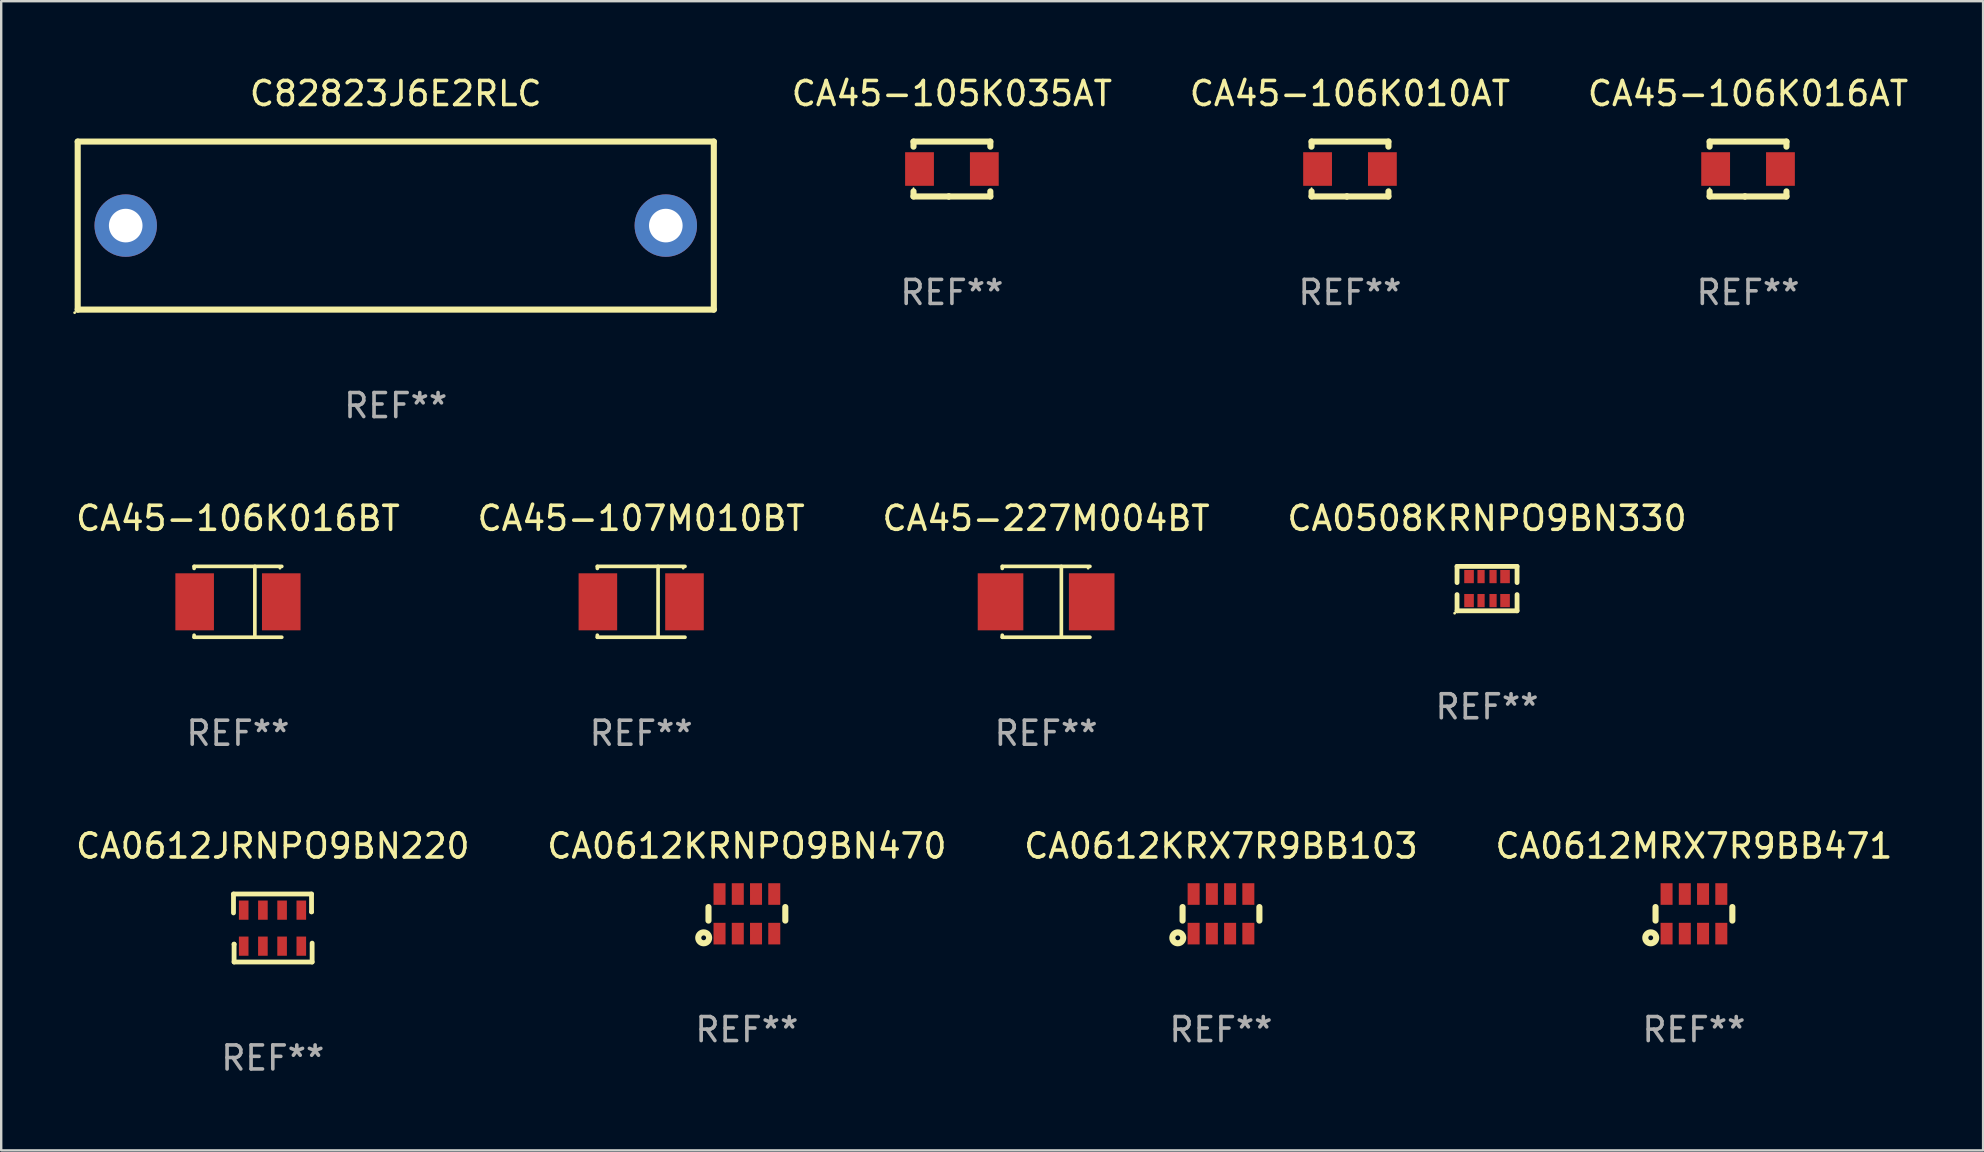
<source format=kicad_pcb>
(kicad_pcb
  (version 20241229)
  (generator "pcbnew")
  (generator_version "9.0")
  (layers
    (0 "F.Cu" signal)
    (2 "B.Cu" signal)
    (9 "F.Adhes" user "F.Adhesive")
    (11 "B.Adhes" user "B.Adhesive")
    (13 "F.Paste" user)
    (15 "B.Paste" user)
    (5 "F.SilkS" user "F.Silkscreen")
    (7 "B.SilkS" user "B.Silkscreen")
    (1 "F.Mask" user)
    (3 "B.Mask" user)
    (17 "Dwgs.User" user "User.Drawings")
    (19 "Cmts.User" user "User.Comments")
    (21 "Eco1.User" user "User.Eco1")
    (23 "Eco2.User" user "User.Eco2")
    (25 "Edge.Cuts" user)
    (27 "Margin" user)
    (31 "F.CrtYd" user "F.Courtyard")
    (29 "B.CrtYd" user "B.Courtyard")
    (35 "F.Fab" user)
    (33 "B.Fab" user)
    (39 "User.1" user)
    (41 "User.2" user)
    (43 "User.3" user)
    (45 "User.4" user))
  (footprint "CA0612KRNPO9BN470"
    (layer "F.Cu")
    (at 28.065 35.019)
    (property "Reference" "CA0612KRNPO9BN470" (at 0 -2.825 0) (layer "F.SilkS") (effects (font (size 1 1) (thickness 0.15))))
    (attr through_hole)
    (fp_line (start -1.6 -0.282) (end -1.6 0.282) (stroke (width 0.254) (type solid)) (layer "F.SilkS"))
    (fp_line (start 1.6 -0.282) (end 1.6 0.282) (stroke (width 0.254) (type solid)) (layer "F.SilkS"))
    (fp_circle (center -1.8 1) (end -1.7 1) (stroke (width 0.254) (type solid)) (fill no) (layer "F.SilkS"))
    (fp_circle (center -1.6 0.8) (end -1.57 0.8) (stroke (width 0.06) (type solid)) (fill no) (layer "F.SilkS"))
    (fp_text user "REF**" (at 0 4.825 0) (layer "F.Fab") (effects (font (size 1 1) (thickness 0.15))))
    (pad "1" smd rect (at -1.14 0.825 90) (size 0.9 0.5) (layers "F.Cu" "F.Mask" "F.Paste"))
    (pad "2" smd rect (at -0.38 0.825 90) (size 0.9 0.5) (layers "F.Cu" "F.Mask" "F.Paste"))
    (pad "3" smd rect (at 0.38 0.825 90) (size 0.9 0.5) (layers "F.Cu" "F.Mask" "F.Paste"))
    (pad "4" smd rect (at 1.14 0.825 90) (size 0.9 0.5) (layers "F.Cu" "F.Mask" "F.Paste"))
    (pad "5" smd rect (at 1.14 -0.825 90) (size 0.9 0.5) (layers "F.Cu" "F.Mask" "F.Paste"))
    (pad "6" smd rect (at 0.38 -0.825 90) (size 0.9 0.5) (layers "F.Cu" "F.Mask" "F.Paste"))
    (pad "7" smd rect (at -0.38 -0.825 90) (size 0.9 0.5) (layers "F.Cu" "F.Mask" "F.Paste"))
    (pad "8" smd rect (at -1.14 -0.825 90) (size 0.9 0.5) (layers "F.Cu" "F.Mask" "F.Paste")))
  (footprint "CA45-105K035AT"
    (layer "F.Cu")
    (at 36.606 3.991)
    (property "Reference" "CA45-105K035AT" (at 0 -3.143 0) (layer "F.SilkS") (effects (font (size 1 1) (thickness 0.15))))
    (attr through_hole)
    (fp_line (start -1.6 1.143) (end -0.128 1.143) (stroke (width 0.254) (type solid)) (layer "F.SilkS"))
    (fp_line (start -1.6 -1.143) (end -1.6 -0.931) (stroke (width 0.254) (type solid)) (layer "F.SilkS"))
    (fp_line (start -1.6 -1.143) (end 1.6 -1.143) (stroke (width 0.254) (type solid)) (layer "F.SilkS"))
    (fp_line (start -1.6 0.931) (end -1.6 1.143) (stroke (width 0.254) (type solid)) (layer "F.SilkS"))
    (fp_line (start -0.128 1.143) (end -0.128 1.143) (stroke (width 0.254) (type solid)) (layer "F.SilkS"))
    (fp_line (start -0.128 1.143) (end 1.6 1.143) (stroke (width 0.254) (type solid)) (layer "F.SilkS"))
    (fp_line (start 1.6 -1.143) (end 1.6 -0.931) (stroke (width 0.254) (type solid)) (layer "F.SilkS"))
    (fp_line (start 1.6 0.931) (end 1.6 1.143) (stroke (width 0.254) (type solid)) (layer "F.SilkS"))
    (fp_circle (center -1.6 0.8) (end -1.58 0.8) (stroke (width 0.04) (type solid)) (fill no) (layer "F.SilkS"))
    (fp_text user "REF**" (at 0 5.143 0) (layer "F.Fab") (effects (font (size 1 1) (thickness 0.15))))
    (pad "1" smd rect (at -1.35 0) (size 1.2 1.4) (layers "F.Cu" "F.Mask" "F.Paste"))
    (pad "2" smd rect (at 1.35 0) (size 1.2 1.4) (layers "F.Cu" "F.Mask" "F.Paste")))
  (footprint "C82823J6E2RLC"
    (layer "F.Cu")
    (at 13.437 6.348)
    (property "Reference" "C82823J6E2RLC" (at 0 -5.5 0) (layer "F.SilkS") (effects (font (size 1 1) (thickness 0.15))))
    (attr through_hole)
    (fp_line (start -13.25 -3.5) (end 13.25 -3.5) (stroke (width 0.254) (type solid)) (layer "F.SilkS"))
    (fp_line (start -13.25 3.5) (end -13.25 -3.5) (stroke (width 0.254) (type solid)) (layer "F.SilkS"))
    (fp_line (start 13.25 -3.5) (end 13.25 3.5) (stroke (width 0.254) (type solid)) (layer "F.SilkS"))
    (fp_line (start 13.25 3.5) (end -13.25 3.5) (stroke (width 0.254) (type solid)) (layer "F.SilkS"))
    (fp_circle (center -13.377 3.627) (end -13.347 3.627) (stroke (width 0.06) (type solid)) (fill no) (layer "F.SilkS"))
    (fp_text user "REF**" (at 0 7.5 0) (layer "F.Fab") (effects (font (size 1 1) (thickness 0.15))))
    (pad "1" thru_hole circle (at -11.25 0) (size 2.6 2.6) (drill 1.4) (layers "*.Cu" "*.Mask"))
    (pad "2" thru_hole circle (at 11.25 0) (size 2.6 2.6) (drill 1.4) (layers "*.Cu" "*.Mask")))
  (footprint "CA45-106K010AT"
    (layer "F.Cu")
    (at 53.189 3.991)
    (property "Reference" "CA45-106K010AT" (at 0 -3.143 0) (layer "F.SilkS") (effects (font (size 1 1) (thickness 0.15))))
    (attr through_hole)
    (fp_line (start -1.6 1.143) (end -0.128 1.143) (stroke (width 0.254) (type solid)) (layer "F.SilkS"))
    (fp_line (start -1.6 -1.143) (end -1.6 -0.931) (stroke (width 0.254) (type solid)) (layer "F.SilkS"))
    (fp_line (start -1.6 -1.143) (end 1.6 -1.143) (stroke (width 0.254) (type solid)) (layer "F.SilkS"))
    (fp_line (start -1.6 0.931) (end -1.6 1.143) (stroke (width 0.254) (type solid)) (layer "F.SilkS"))
    (fp_line (start -0.128 1.143) (end -0.128 1.143) (stroke (width 0.254) (type solid)) (layer "F.SilkS"))
    (fp_line (start -0.128 1.143) (end 1.6 1.143) (stroke (width 0.254) (type solid)) (layer "F.SilkS"))
    (fp_line (start 1.6 -1.143) (end 1.6 -0.931) (stroke (width 0.254) (type solid)) (layer "F.SilkS"))
    (fp_line (start 1.6 0.931) (end 1.6 1.143) (stroke (width 0.254) (type solid)) (layer "F.SilkS"))
    (fp_circle (center -1.6 0.8) (end -1.58 0.8) (stroke (width 0.04) (type solid)) (fill no) (layer "F.SilkS"))
    (fp_text user "REF**" (at 0 5.143 0) (layer "F.Fab") (effects (font (size 1 1) (thickness 0.15))))
    (pad "1" smd rect (at -1.35 0) (size 1.2 1.4) (layers "F.Cu" "F.Mask" "F.Paste"))
    (pad "2" smd rect (at 1.35 0) (size 1.2 1.4) (layers "F.Cu" "F.Mask" "F.Paste")))
  (footprint "CA0612KRX7R9BB103"
    (layer "F.Cu")
    (at 47.815 35.019)
    (property "Reference" "CA0612KRX7R9BB103" (at 0 -2.825 0) (layer "F.SilkS") (effects (font (size 1 1) (thickness 0.15))))
    (attr through_hole)
    (fp_line (start -1.6 -0.282) (end -1.6 0.282) (stroke (width 0.254) (type solid)) (layer "F.SilkS"))
    (fp_line (start 1.6 -0.282) (end 1.6 0.282) (stroke (width 0.254) (type solid)) (layer "F.SilkS"))
    (fp_circle (center -1.8 1) (end -1.7 1) (stroke (width 0.254) (type solid)) (fill no) (layer "F.SilkS"))
    (fp_circle (center -1.6 0.8) (end -1.57 0.8) (stroke (width 0.06) (type solid)) (fill no) (layer "F.SilkS"))
    (fp_text user "REF**" (at 0 4.825 0) (layer "F.Fab") (effects (font (size 1 1) (thickness 0.15))))
    (pad "1" smd rect (at -1.14 0.825 90) (size 0.9 0.5) (layers "F.Cu" "F.Mask" "F.Paste"))
    (pad "2" smd rect (at -0.38 0.825 90) (size 0.9 0.5) (layers "F.Cu" "F.Mask" "F.Paste"))
    (pad "3" smd rect (at 0.38 0.825 90) (size 0.9 0.5) (layers "F.Cu" "F.Mask" "F.Paste"))
    (pad "4" smd rect (at 1.14 0.825 90) (size 0.9 0.5) (layers "F.Cu" "F.Mask" "F.Paste"))
    (pad "5" smd rect (at 1.14 -0.825 90) (size 0.9 0.5) (layers "F.Cu" "F.Mask" "F.Paste"))
    (pad "6" smd rect (at 0.38 -0.825 90) (size 0.9 0.5) (layers "F.Cu" "F.Mask" "F.Paste"))
    (pad "7" smd rect (at -0.38 -0.825 90) (size 0.9 0.5) (layers "F.Cu" "F.Mask" "F.Paste"))
    (pad "8" smd rect (at -1.14 -0.825 90) (size 0.9 0.5) (layers "F.Cu" "F.Mask" "F.Paste")))
  (footprint "CA45-227M004BT"
    (layer "F.Cu")
    (at 40.53 22.021)
    (property "Reference" "CA45-227M004BT" (at 0 -3.476 0) (layer "F.SilkS") (effects (font (size 1 1) (thickness 0.15))))
    (attr through_hole)
    (fp_line (start -1.826 -1.476) (end -1.826 -1.391) (stroke (width 0.152) (type solid)) (layer "F.SilkS"))
    (fp_line (start -1.826 -1.476) (end 1.826 -1.476) (stroke (width 0.152) (type solid)) (layer "F.SilkS"))
    (fp_line (start -1.826 1.476) (end -1.826 1.391) (stroke (width 0.152) (type solid)) (layer "F.SilkS"))
    (fp_line (start -1.826 1.476) (end 1.826 1.476) (stroke (width 0.152) (type solid)) (layer "F.SilkS"))
    (fp_line (start 0.635 -1.476) (end 0.635 1.476) (stroke (width 0.152) (type solid)) (layer "F.SilkS"))
    (fp_circle (center 1.75 -1.4) (end 1.78 -1.4) (stroke (width 0.06) (type solid)) (fill no) (layer "F.SilkS"))
    (fp_text user "REF**" (at 0 5.476 0) (layer "F.Fab") (effects (font (size 1 1) (thickness 0.15))))
    (pad "1" smd rect (at 1.899 0) (size 1.9 2.376) (layers "F.Cu" "F.Mask" "F.Paste"))
    (pad "2" smd rect (at -1.899 0) (size 1.9 2.376) (layers "F.Cu" "F.Mask" "F.Paste")))
  (footprint "CA0612JRNPO9BN220"
    (layer "F.Cu")
    (at 8.315 35.61)
    (property "Reference" "CA0612JRNPO9BN220" (at 0 -3.416 0) (layer "F.SilkS") (effects (font (size 1 1) (thickness 0.15))))
    (attr through_hole)
    (fp_line (start -1.638 -1.416) (end 1.613 -1.416) (stroke (width 0.2) (type solid)) (layer "F.SilkS"))
    (fp_line (start -1.638 -0.629) (end -1.638 -1.416) (stroke (width 0.2) (type solid)) (layer "F.SilkS"))
    (fp_line (start -1.613 0.673) (end -1.613 0.68) (stroke (width 0.2) (type solid)) (layer "F.SilkS"))
    (fp_line (start -1.613 1.416) (end -1.613 0.673) (stroke (width 0.2) (type solid)) (layer "F.SilkS"))
    (fp_line (start 1.613 -1.416) (end 1.613 -0.673) (stroke (width 0.2) (type solid)) (layer "F.SilkS"))
    (fp_line (start 1.613 -0.673) (end 1.613 -0.68) (stroke (width 0.2) (type solid)) (layer "F.SilkS"))
    (fp_line (start 1.638 0.629) (end 1.638 1.416) (stroke (width 0.2) (type solid)) (layer "F.SilkS"))
    (fp_line (start 1.638 1.416) (end -1.613 1.416) (stroke (width 0.2) (type solid)) (layer "F.SilkS"))
    (fp_circle (center -1.613 0.806) (end -1.583 0.806) (stroke (width 0.06) (type solid)) (fill no) (layer "F.SilkS"))
    (fp_text user "REF**" (at 0 5.416 0) (layer "F.Fab") (effects (font (size 1 1) (thickness 0.15))))
    (pad "1" smd rect (at -1.213 0.756 90) (size 0.8 0.4) (layers "F.Cu" "F.Mask" "F.Paste"))
    (pad "2" smd rect (at -0.413 0.756 90) (size 0.8 0.4) (layers "F.Cu" "F.Mask" "F.Paste"))
    (pad "3" smd rect (at 0.387 0.756 90) (size 0.8 0.4) (layers "F.Cu" "F.Mask" "F.Paste"))
    (pad "4" smd rect (at 1.187 0.756 90) (size 0.8 0.4) (layers "F.Cu" "F.Mask" "F.Paste"))
    (pad "5" smd rect (at 1.187 -0.744 90) (size 0.8 0.4) (layers "F.Cu" "F.Mask" "F.Paste"))
    (pad "6" smd rect (at 0.387 -0.744 90) (size 0.8 0.4) (layers "F.Cu" "F.Mask" "F.Paste"))
    (pad "7" smd rect (at -0.413 -0.744 90) (size 0.8 0.4) (layers "F.Cu" "F.Mask" "F.Paste"))
    (pad "8" smd rect (at -1.213 -0.744 90) (size 0.8 0.4) (layers "F.Cu" "F.Mask" "F.Paste")))
  (footprint "CA45-107M010BT"
    (layer "F.Cu")
    (at 23.661 22.021)
    (property "Reference" "CA45-107M010BT" (at 0 -3.476 0) (layer "F.SilkS") (effects (font (size 1 1) (thickness 0.15))))
    (attr through_hole)
    (fp_line (start -1.826 -1.476) (end -1.826 -1.391) (stroke (width 0.152) (type solid)) (layer "F.SilkS"))
    (fp_line (start -1.826 -1.476) (end 1.826 -1.476) (stroke (width 0.152) (type solid)) (layer "F.SilkS"))
    (fp_line (start -1.826 1.476) (end -1.826 1.391) (stroke (width 0.152) (type solid)) (layer "F.SilkS"))
    (fp_line (start -1.826 1.476) (end 1.826 1.476) (stroke (width 0.152) (type solid)) (layer "F.SilkS"))
    (fp_line (start 0.704 -1.476) (end 0.704 1.476) (stroke (width 0.152) (type solid)) (layer "F.SilkS"))
    (fp_circle (center 1.75 -1.4) (end 1.78 -1.4) (stroke (width 0.06) (type solid)) (fill no) (layer "F.SilkS"))
    (fp_text user "REF**" (at 0 5.476 0) (layer "F.Fab") (effects (font (size 1 1) (thickness 0.15))))
    (pad "1" smd rect (at 1.804 0) (size 1.607 2.376) (layers "F.Cu" "F.Mask" "F.Paste"))
    (pad "2" smd rect (at -1.804 0) (size 1.607 2.376) (layers "F.Cu" "F.Mask" "F.Paste")))
  (footprint "CA45-106K016BT"
    (layer "F.Cu")
    (at 6.863 22.021)
    (property "Reference" "CA45-106K016BT" (at 0 -3.476 0) (layer "F.SilkS") (effects (font (size 1 1) (thickness 0.15))))
    (attr through_hole)
    (fp_line (start -1.826 -1.476) (end -1.826 -1.391) (stroke (width 0.152) (type solid)) (layer "F.SilkS"))
    (fp_line (start -1.826 -1.476) (end 1.826 -1.476) (stroke (width 0.152) (type solid)) (layer "F.SilkS"))
    (fp_line (start -1.826 1.476) (end -1.826 1.391) (stroke (width 0.152) (type solid)) (layer "F.SilkS"))
    (fp_line (start -1.826 1.476) (end 1.826 1.476) (stroke (width 0.152) (type solid)) (layer "F.SilkS"))
    (fp_line (start 0.704 -1.476) (end 0.704 1.476) (stroke (width 0.152) (type solid)) (layer "F.SilkS"))
    (fp_circle (center 1.75 -1.4) (end 1.78 -1.4) (stroke (width 0.06) (type solid)) (fill no) (layer "F.SilkS"))
    (fp_text user "REF**" (at 0 5.476 0) (layer "F.Fab") (effects (font (size 1 1) (thickness 0.15))))
    (pad "1" smd rect (at 1.804 0) (size 1.607 2.376) (layers "F.Cu" "F.Mask" "F.Paste"))
    (pad "2" smd rect (at -1.804 0) (size 1.607 2.376) (layers "F.Cu" "F.Mask" "F.Paste")))
  (footprint "CA0508KRNPO9BN330"
    (layer "F.Cu")
    (at 58.899 21.47)
    (property "Reference" "CA0508KRNPO9BN330" (at 0 -2.925 0) (layer "F.SilkS") (effects (font (size 1 1) (thickness 0.15))))
    (attr through_hole)
    (fp_line (start -1.25 -0.925) (end -1.25 -0.25) (stroke (width 0.2) (type solid)) (layer "F.SilkS"))
    (fp_line (start -1.25 0.925) (end -1.25 0.25) (stroke (width 0.2) (type solid)) (layer "F.SilkS"))
    (fp_line (start 1.25 -0.925) (end -1.25 -0.925) (stroke (width 0.2) (type solid)) (layer "F.SilkS"))
    (fp_line (start 1.25 -0.25) (end 1.25 -0.925) (stroke (width 0.2) (type solid)) (layer "F.SilkS"))
    (fp_line (start 1.25 0.25) (end 1.25 0.925) (stroke (width 0.2) (type solid)) (layer "F.SilkS"))
    (fp_line (start 1.25 0.925) (end -1.25 0.925) (stroke (width 0.2) (type solid)) (layer "F.SilkS"))
    (fp_circle (center -1.35 1.025) (end -1.32 1.025) (stroke (width 0.06) (type solid)) (fill no) (layer "F.SilkS"))
    (fp_text user "REF**" (at 0 4.925 0) (layer "F.Fab") (effects (font (size 1 1) (thickness 0.15))))
    (pad "1" smd rect (at -0.75 0.5 90) (size 0.55 0.4) (layers "F.Cu" "F.Mask" "F.Paste"))
    (pad "2" smd rect (at -0.25 0.5 90) (size 0.55 0.3) (layers "F.Cu" "F.Mask" "F.Paste"))
    (pad "3" smd rect (at 0.25 0.5 90) (size 0.55 0.3) (layers "F.Cu" "F.Mask" "F.Paste"))
    (pad "4" smd rect (at 0.75 0.5 90) (size 0.55 0.4) (layers "F.Cu" "F.Mask" "F.Paste"))
    (pad "5" smd rect (at 0.75 -0.5 90) (size 0.55 0.4) (layers "F.Cu" "F.Mask" "F.Paste"))
    (pad "6" smd rect (at 0.25 -0.5 90) (size 0.55 0.3) (layers "F.Cu" "F.Mask" "F.Paste"))
    (pad "7" smd rect (at -0.25 -0.5 90) (size 0.55 0.3) (layers "F.Cu" "F.Mask" "F.Paste"))
    (pad "8" smd rect (at -0.75 -0.5 90) (size 0.55 0.4) (layers "F.Cu" "F.Mask" "F.Paste")))
  (footprint "CA0612MRX7R9BB471"
    (layer "F.Cu")
    (at 67.518 35.019)
    (property "Reference" "CA0612MRX7R9BB471" (at 0 -2.825 0) (layer "F.SilkS") (effects (font (size 1 1) (thickness 0.15))))
    (attr through_hole)
    (fp_line (start -1.6 -0.282) (end -1.6 0.282) (stroke (width 0.254) (type solid)) (layer "F.SilkS"))
    (fp_line (start 1.6 -0.282) (end 1.6 0.282) (stroke (width 0.254) (type solid)) (layer "F.SilkS"))
    (fp_circle (center -1.8 1) (end -1.7 1) (stroke (width 0.254) (type solid)) (fill no) (layer "F.SilkS"))
    (fp_circle (center -1.6 0.8) (end -1.57 0.8) (stroke (width 0.06) (type solid)) (fill no) (layer "F.SilkS"))
    (fp_text user "REF**" (at 0 4.825 0) (layer "F.Fab") (effects (font (size 1 1) (thickness 0.15))))
    (pad "1" smd rect (at -1.14 0.825 90) (size 0.9 0.5) (layers "F.Cu" "F.Mask" "F.Paste"))
    (pad "2" smd rect (at -0.38 0.825 90) (size 0.9 0.5) (layers "F.Cu" "F.Mask" "F.Paste"))
    (pad "3" smd rect (at 0.38 0.825 90) (size 0.9 0.5) (layers "F.Cu" "F.Mask" "F.Paste"))
    (pad "4" smd rect (at 1.14 0.825 90) (size 0.9 0.5) (layers "F.Cu" "F.Mask" "F.Paste"))
    (pad "5" smd rect (at 1.14 -0.825 90) (size 0.9 0.5) (layers "F.Cu" "F.Mask" "F.Paste"))
    (pad "6" smd rect (at 0.38 -0.825 90) (size 0.9 0.5) (layers "F.Cu" "F.Mask" "F.Paste"))
    (pad "7" smd rect (at -0.38 -0.825 90) (size 0.9 0.5) (layers "F.Cu" "F.Mask" "F.Paste"))
    (pad "8" smd rect (at -1.14 -0.825 90) (size 0.9 0.5) (layers "F.Cu" "F.Mask" "F.Paste")))
  (footprint "CA45-106K016AT"
    (layer "F.Cu")
    (at 69.772 3.991)
    (property "Reference" "CA45-106K016AT" (at 0 -3.143 0) (layer "F.SilkS") (effects (font (size 1 1) (thickness 0.15))))
    (attr through_hole)
    (fp_line (start -1.6 1.143) (end -0.128 1.143) (stroke (width 0.254) (type solid)) (layer "F.SilkS"))
    (fp_line (start -1.6 -1.143) (end -1.6 -0.931) (stroke (width 0.254) (type solid)) (layer "F.SilkS"))
    (fp_line (start -1.6 -1.143) (end 1.6 -1.143) (stroke (width 0.254) (type solid)) (layer "F.SilkS"))
    (fp_line (start -1.6 0.931) (end -1.6 1.143) (stroke (width 0.254) (type solid)) (layer "F.SilkS"))
    (fp_line (start -0.128 1.143) (end -0.128 1.143) (stroke (width 0.254) (type solid)) (layer "F.SilkS"))
    (fp_line (start -0.128 1.143) (end 1.6 1.143) (stroke (width 0.254) (type solid)) (layer "F.SilkS"))
    (fp_line (start 1.6 -1.143) (end 1.6 -0.931) (stroke (width 0.254) (type solid)) (layer "F.SilkS"))
    (fp_line (start 1.6 0.931) (end 1.6 1.143) (stroke (width 0.254) (type solid)) (layer "F.SilkS"))
    (fp_circle (center -1.6 0.8) (end -1.58 0.8) (stroke (width 0.04) (type solid)) (fill no) (layer "F.SilkS"))
    (fp_text user "REF**" (at 0 5.143 0) (layer "F.Fab") (effects (font (size 1 1) (thickness 0.15))))
    (pad "1" smd rect (at -1.35 0) (size 1.2 1.4) (layers "F.Cu" "F.Mask" "F.Paste"))
    (pad "2" smd rect (at 1.35 0) (size 1.2 1.4) (layers "F.Cu" "F.Mask" "F.Paste")))
  (gr_rect
    (start -3 -3)
    (end 79.564 44.874)
    (stroke (width 0.1) (type default))
    (fill no)
    (layer "Edge.Cuts")))
</source>
